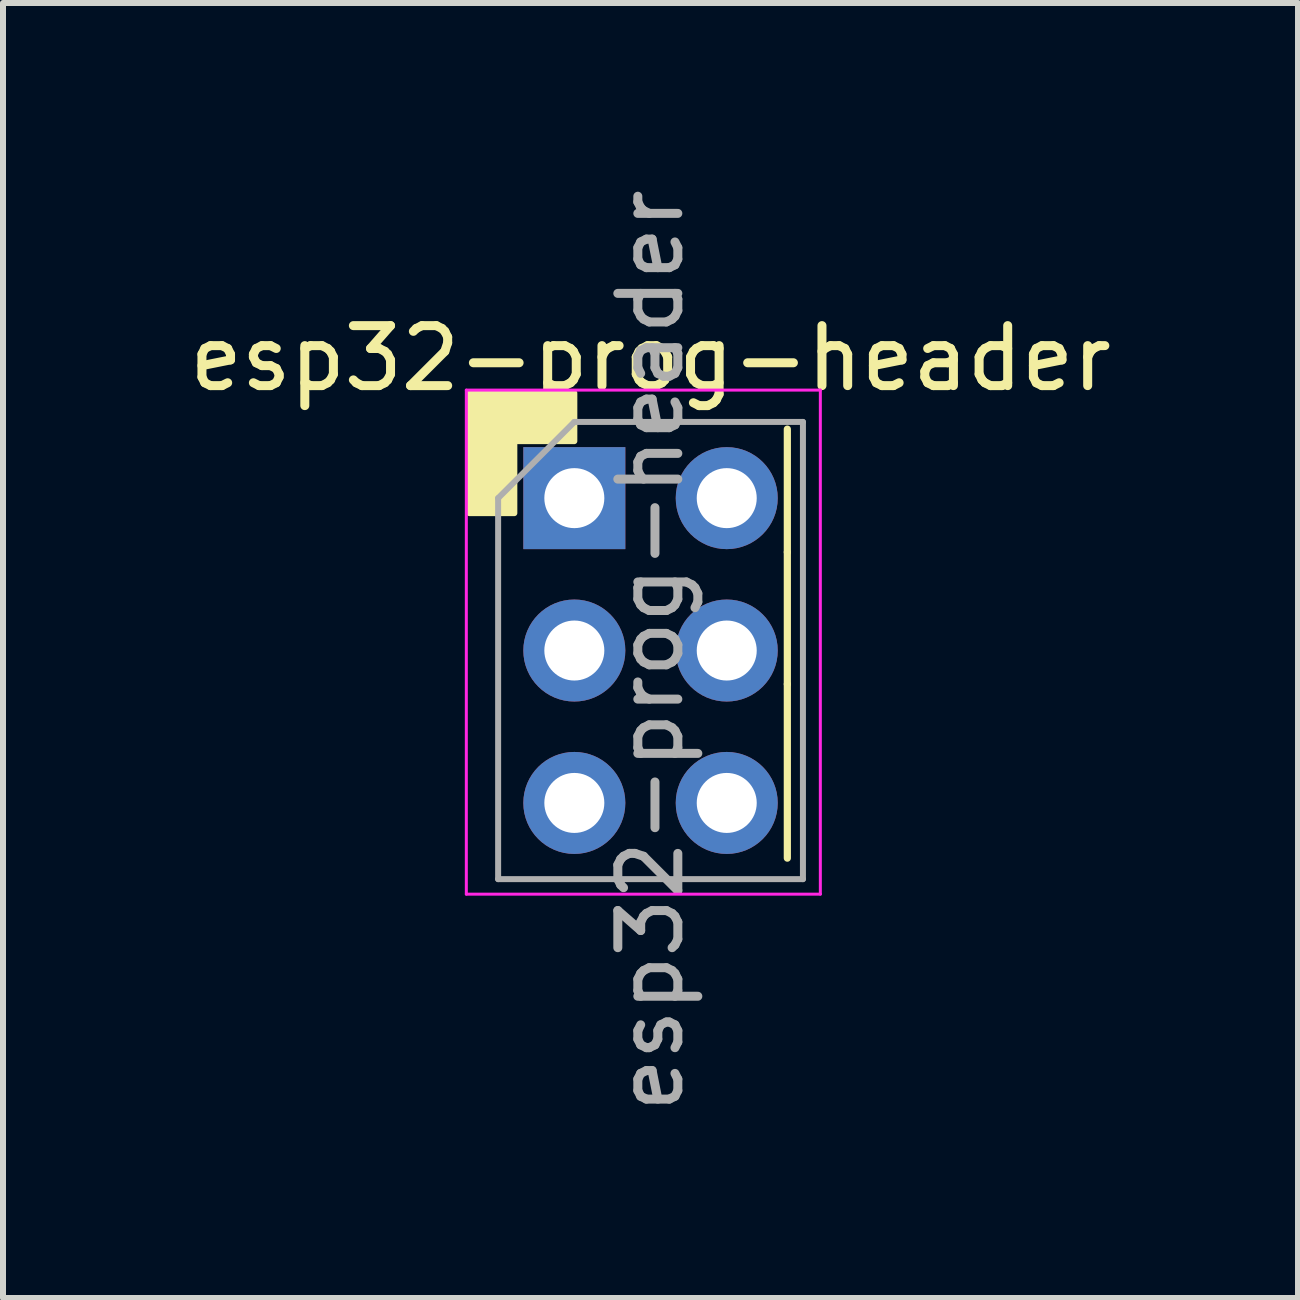
<source format=kicad_pcb>
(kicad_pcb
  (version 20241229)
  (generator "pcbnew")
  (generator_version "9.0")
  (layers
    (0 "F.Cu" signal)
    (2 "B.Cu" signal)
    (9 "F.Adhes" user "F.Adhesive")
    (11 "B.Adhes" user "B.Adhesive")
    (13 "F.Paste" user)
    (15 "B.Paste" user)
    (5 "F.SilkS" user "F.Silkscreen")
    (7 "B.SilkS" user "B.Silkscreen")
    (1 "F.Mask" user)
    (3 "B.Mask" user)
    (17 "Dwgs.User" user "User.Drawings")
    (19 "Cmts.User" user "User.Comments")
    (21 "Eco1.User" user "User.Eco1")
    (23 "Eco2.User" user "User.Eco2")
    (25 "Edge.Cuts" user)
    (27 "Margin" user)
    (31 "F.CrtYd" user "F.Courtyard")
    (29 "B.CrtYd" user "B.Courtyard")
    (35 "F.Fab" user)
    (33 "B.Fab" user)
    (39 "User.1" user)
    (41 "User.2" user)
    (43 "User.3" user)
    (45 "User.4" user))
  (footprint "esp32-prog-header"
    (layer "F.Cu")
    (at 6.522 5.252)
    (property "Reference" "esp32-prog-header" (at 1.27 -2.33 0) (layer "F.SilkS") (effects (font (size 1 1) (thickness 0.15))))
    (attr through_hole)
    (fp_line (start 3.55 -1.15) (end 3.55 0.9) (stroke (width 0.12) (type solid)) (layer "F.SilkS"))
    (fp_line (start 3.55 0.9) (end 3.55 3.1) (stroke (width 0.12) (type solid)) (layer "F.SilkS"))
    (fp_line (start 3.55 3.1) (end 3.55 6) (stroke (width 0.12) (type solid)) (layer "F.SilkS"))
    (fp_poly (pts (xy 0 -0.95) (xy -1 -0.95) (xy -1 0.25) (xy -1.75 0.25) (xy -1.75 -1.75) (xy 0 -1.75)) (stroke (width 0.1) (type solid)) (fill yes) (layer "F.SilkS"))
    (fp_line (start -1.8 -1.8) (end -1.8 6.6) (stroke (width 0.05) (type solid)) (layer "F.CrtYd"))
    (fp_line (start -1.8 6.6) (end 4.1 6.6) (stroke (width 0.05) (type solid)) (layer "F.CrtYd"))
    (fp_line (start 4.1 -1.8) (end -1.8 -1.8) (stroke (width 0.05) (type solid)) (layer "F.CrtYd"))
    (fp_line (start 4.1 6.6) (end 4.1 -1.8) (stroke (width 0.05) (type solid)) (layer "F.CrtYd"))
    (fp_line (start -1.27 0) (end 0 -1.27) (stroke (width 0.1) (type solid)) (layer "F.Fab"))
    (fp_line (start -1.27 6.35) (end -1.27 0) (stroke (width 0.1) (type solid)) (layer "F.Fab"))
    (fp_line (start 0 -1.27) (end 3.81 -1.27) (stroke (width 0.1) (type solid)) (layer "F.Fab"))
    (fp_line (start 3.81 -1.27) (end 3.81 6.35) (stroke (width 0.1) (type solid)) (layer "F.Fab"))
    (fp_line (start 3.81 6.35) (end -1.27 6.35) (stroke (width 0.1) (type solid)) (layer "F.Fab"))
    (fp_text user "${REFERENCE}" (at 1.27 2.54 90) (layer "F.Fab") (effects (font (size 1 1) (thickness 0.15))))
    (pad "1" thru_hole rect (at 0 0) (size 1.7 1.7) (drill 1) (layers "*.Cu" "*.Mask"))
    (pad "2" thru_hole oval (at 2.54 0) (size 1.7 1.7) (drill 1) (layers "*.Cu" "*.Mask"))
    (pad "3" thru_hole oval (at 0 2.54) (size 1.7 1.7) (drill 1) (layers "*.Cu" "*.Mask"))
    (pad "4" thru_hole oval (at 2.54 2.54) (size 1.7 1.7) (drill 1) (layers "*.Cu" "*.Mask"))
    (pad "5" thru_hole oval (at 0 5.08) (size 1.7 1.7) (drill 1) (layers "*.Cu" "*.Mask"))
    (pad "6" thru_hole oval (at 2.54 5.08) (size 1.7 1.7) (drill 1) (layers "*.Cu" "*.Mask")))
  (gr_rect
    (start -3 -3)
    (end 18.583 18.583)
    (stroke (width 0.1) (type default))
    (fill no)
    (layer "Edge.Cuts")))
</source>
